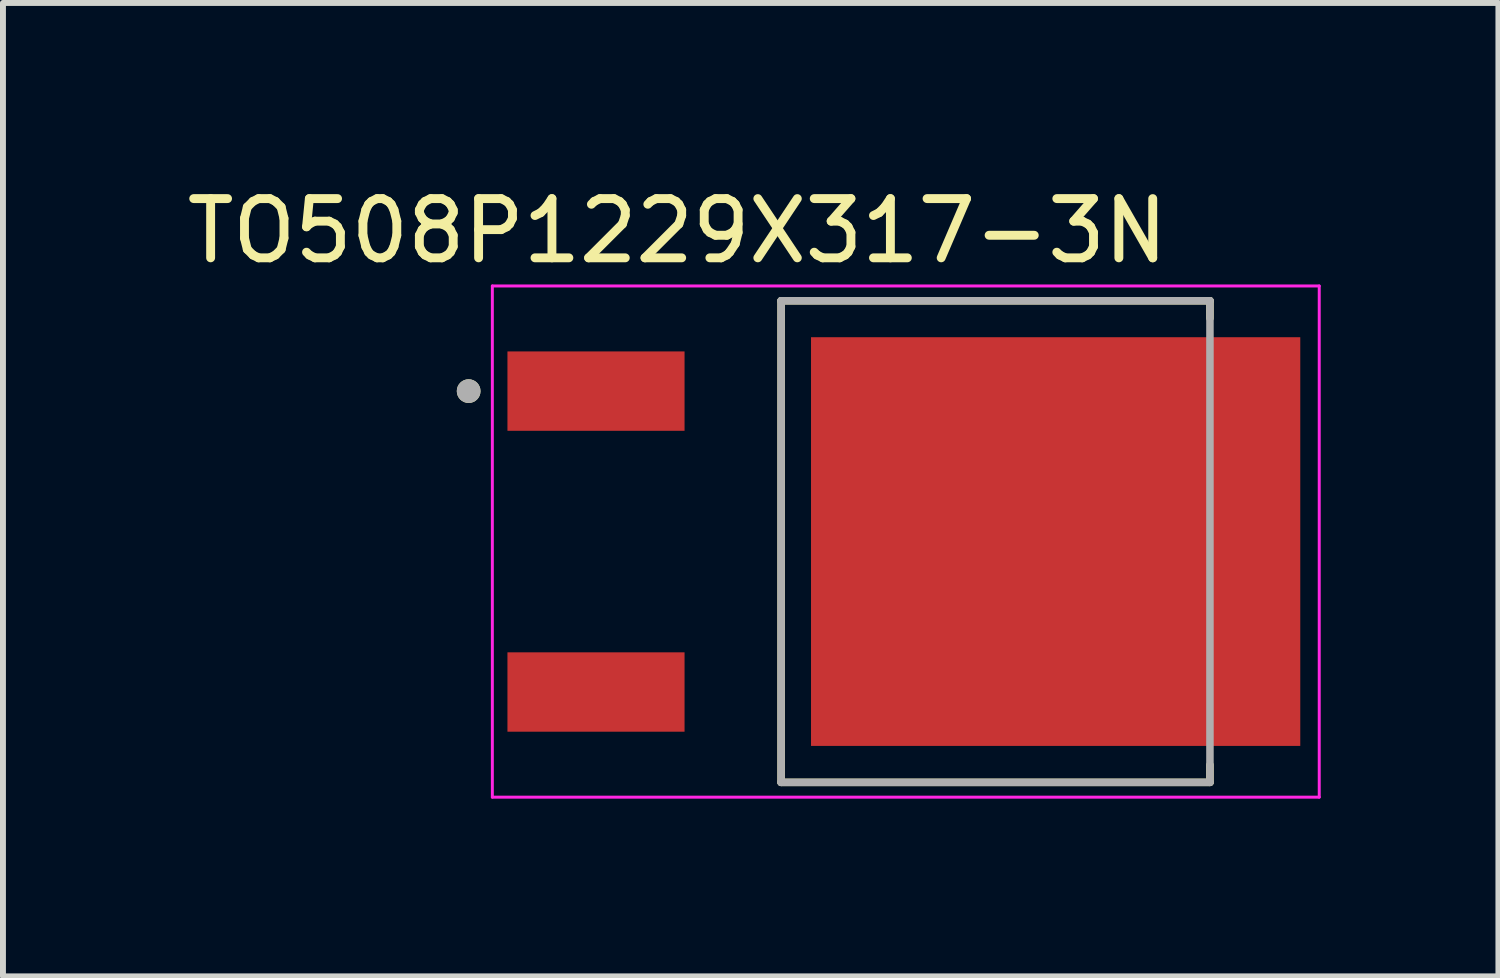
<source format=kicad_pcb>
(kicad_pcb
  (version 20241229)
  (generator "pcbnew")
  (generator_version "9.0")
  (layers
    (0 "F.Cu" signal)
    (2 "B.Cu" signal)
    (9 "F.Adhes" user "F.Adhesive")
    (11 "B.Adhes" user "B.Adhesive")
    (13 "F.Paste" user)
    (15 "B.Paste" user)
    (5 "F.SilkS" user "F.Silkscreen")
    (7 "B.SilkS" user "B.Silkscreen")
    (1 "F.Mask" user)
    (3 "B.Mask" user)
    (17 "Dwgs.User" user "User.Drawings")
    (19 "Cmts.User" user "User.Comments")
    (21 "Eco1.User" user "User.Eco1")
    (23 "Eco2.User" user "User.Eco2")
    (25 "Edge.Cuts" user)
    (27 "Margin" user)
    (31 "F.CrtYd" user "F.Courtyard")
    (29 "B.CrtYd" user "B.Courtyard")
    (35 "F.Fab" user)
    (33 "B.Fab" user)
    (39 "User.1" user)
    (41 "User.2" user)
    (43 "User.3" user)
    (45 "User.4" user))
  (footprint "TO508P1229X317-3N"
    (layer "F.Cu")
    (at 12.212 6.093)
    (property "Reference" "TO508P1229X317-3N" (at -3.825 -5.245 0) (layer "F.SilkS") (effects (font (size 1 1) (thickness 0.15))))
    (attr smd)
    (fp_line (start -2.075 -4.065) (end 5.165 -4.065) (stroke (width 0.127) (type solid)) (layer "F.SilkS"))
    (fp_line (start -2.075 4.065) (end -2.075 -4.065) (stroke (width 0.127) (type solid)) (layer "F.SilkS"))
    (fp_line (start 5.165 -4.065) (end 5.165 -3.77) (stroke (width 0.127) (type solid)) (layer "F.SilkS"))
    (fp_line (start 5.165 4.065) (end -2.075 4.065) (stroke (width 0.127) (type solid)) (layer "F.SilkS"))
    (fp_line (start 5.165 4.065) (end 5.165 3.77) (stroke (width 0.127) (type solid)) (layer "F.SilkS"))
    (fp_circle (center -7.35 -2.54) (end -7.25 -2.54) (stroke (width 0.2) (type solid)) (fill no) (layer "F.SilkS"))
    (fp_poly (pts (xy -1.235 -2.99) (xy 0.145 -2.99) (xy 0.145 -1.61) (xy -1.235 -1.61)) (stroke (width 0.01) (type solid)) (fill yes) (layer "F.Paste"))
    (fp_poly (pts (xy -1.235 -0.69) (xy 0.145 -0.69) (xy 0.145 0.69) (xy -1.235 0.69)) (stroke (width 0.01) (type solid)) (fill yes) (layer "F.Paste"))
    (fp_poly (pts (xy -1.235 1.61) (xy 0.145 1.61) (xy 0.145 2.99) (xy -1.235 2.99)) (stroke (width 0.01) (type solid)) (fill yes) (layer "F.Paste"))
    (fp_poly (pts (xy 0.835 -2.99) (xy 2.215 -2.99) (xy 2.215 -1.61) (xy 0.835 -1.61)) (stroke (width 0.01) (type solid)) (fill yes) (layer "F.Paste"))
    (fp_poly (pts (xy 0.835 -0.69) (xy 2.215 -0.69) (xy 2.215 0.69) (xy 0.835 0.69)) (stroke (width 0.01) (type solid)) (fill yes) (layer "F.Paste"))
    (fp_poly (pts (xy 0.835 1.61) (xy 2.215 1.61) (xy 2.215 2.99) (xy 0.835 2.99)) (stroke (width 0.01) (type solid)) (fill yes) (layer "F.Paste"))
    (fp_poly (pts (xy 2.905 -2.99) (xy 4.285 -2.99) (xy 4.285 -1.61) (xy 2.905 -1.61)) (stroke (width 0.01) (type solid)) (fill yes) (layer "F.Paste"))
    (fp_poly (pts (xy 2.905 -0.69) (xy 4.285 -0.69) (xy 4.285 0.69) (xy 2.905 0.69)) (stroke (width 0.01) (type solid)) (fill yes) (layer "F.Paste"))
    (fp_poly (pts (xy 2.905 1.61) (xy 4.285 1.61) (xy 4.285 2.99) (xy 2.905 2.99)) (stroke (width 0.01) (type solid)) (fill yes) (layer "F.Paste"))
    (fp_poly (pts (xy 4.975 -2.99) (xy 6.355 -2.99) (xy 6.355 -1.61) (xy 4.975 -1.61)) (stroke (width 0.01) (type solid)) (fill yes) (layer "F.Paste"))
    (fp_poly (pts (xy 4.975 -0.69) (xy 6.355 -0.69) (xy 6.355 0.69) (xy 4.975 0.69)) (stroke (width 0.01) (type solid)) (fill yes) (layer "F.Paste"))
    (fp_poly (pts (xy 4.975 1.61) (xy 6.355 1.61) (xy 6.355 2.99) (xy 4.975 2.99)) (stroke (width 0.01) (type solid)) (fill yes) (layer "F.Paste"))
    (fp_line (start -6.95 -4.315) (end 7.01 -4.315) (stroke (width 0.05) (type solid)) (layer "F.CrtYd"))
    (fp_line (start -6.95 4.315) (end -6.95 -4.315) (stroke (width 0.05) (type solid)) (layer "F.CrtYd"))
    (fp_line (start 7.01 -4.315) (end 7.01 4.315) (stroke (width 0.05) (type solid)) (layer "F.CrtYd"))
    (fp_line (start 7.01 4.315) (end -6.95 4.315) (stroke (width 0.05) (type solid)) (layer "F.CrtYd"))
    (fp_line (start -2.075 -4.065) (end 5.165 -4.065) (stroke (width 0.127) (type solid)) (layer "F.Fab"))
    (fp_line (start -2.075 4.065) (end -2.075 -4.065) (stroke (width 0.127) (type solid)) (layer "F.Fab"))
    (fp_line (start 5.165 -4.065) (end 5.165 4.065) (stroke (width 0.127) (type solid)) (layer "F.Fab"))
    (fp_line (start 5.165 4.065) (end -2.075 4.065) (stroke (width 0.127) (type solid)) (layer "F.Fab"))
    (fp_circle (center -7.35 -2.54) (end -7.25 -2.54) (stroke (width 0.2) (type solid)) (fill no) (layer "F.Fab"))
    (pad "1" smd rect (at -5.2 -2.54) (size 2.99 1.34) (layers "F.Cu" "F.Mask" "F.Paste"))
    (pad "2" smd rect (at -5.2 2.54) (size 2.99 1.34) (layers "F.Cu" "F.Mask" "F.Paste"))
    (pad "3" smd rect (at 2.56 0) (size 8.26 6.9) (layers "F.Cu" "F.Mask")))
  (gr_rect
    (start -3 -3)
    (end 22.247 13.433)
    (stroke (width 0.1) (type default))
    (fill no)
    (layer "Edge.Cuts")))
</source>
